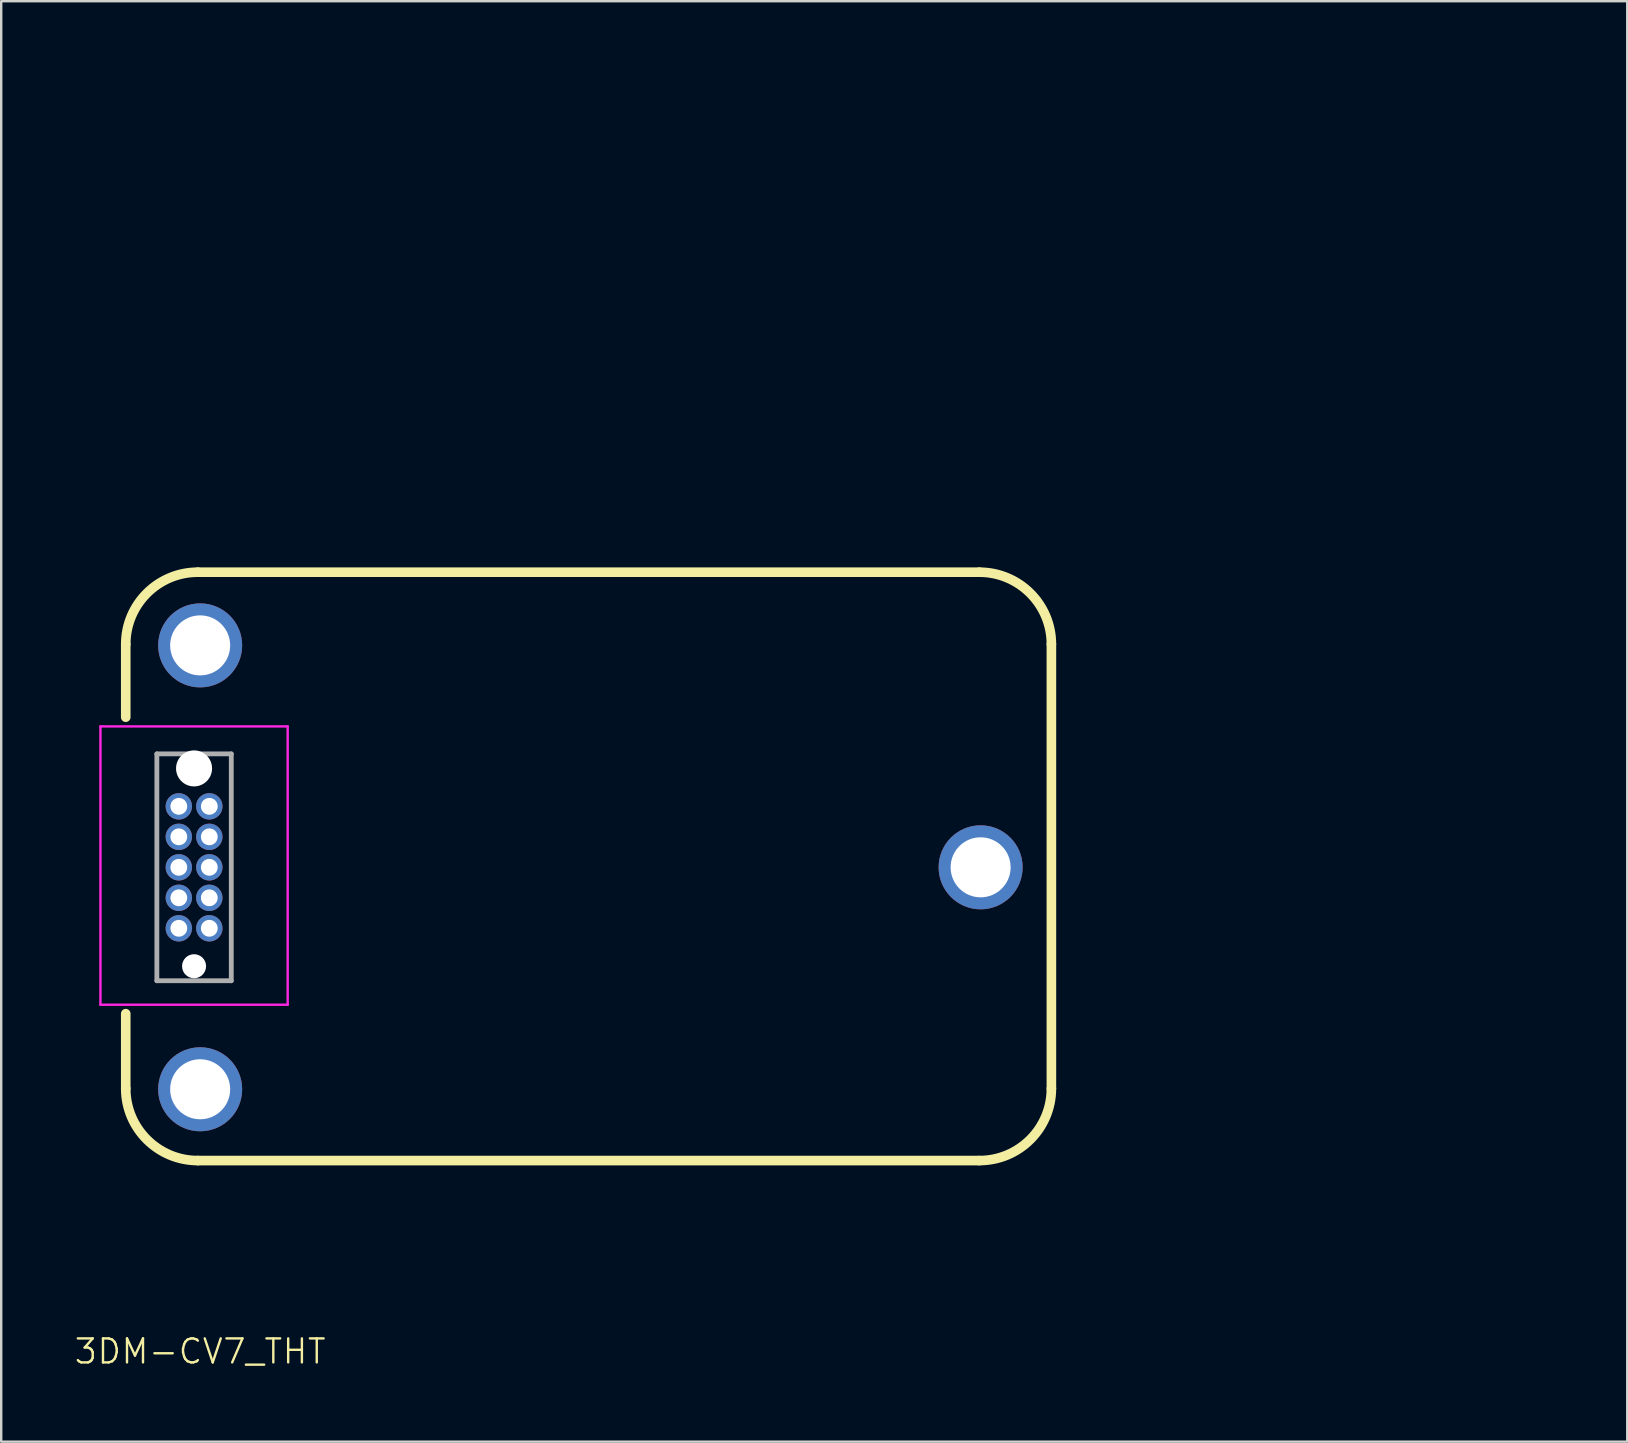
<source format=kicad_pcb>
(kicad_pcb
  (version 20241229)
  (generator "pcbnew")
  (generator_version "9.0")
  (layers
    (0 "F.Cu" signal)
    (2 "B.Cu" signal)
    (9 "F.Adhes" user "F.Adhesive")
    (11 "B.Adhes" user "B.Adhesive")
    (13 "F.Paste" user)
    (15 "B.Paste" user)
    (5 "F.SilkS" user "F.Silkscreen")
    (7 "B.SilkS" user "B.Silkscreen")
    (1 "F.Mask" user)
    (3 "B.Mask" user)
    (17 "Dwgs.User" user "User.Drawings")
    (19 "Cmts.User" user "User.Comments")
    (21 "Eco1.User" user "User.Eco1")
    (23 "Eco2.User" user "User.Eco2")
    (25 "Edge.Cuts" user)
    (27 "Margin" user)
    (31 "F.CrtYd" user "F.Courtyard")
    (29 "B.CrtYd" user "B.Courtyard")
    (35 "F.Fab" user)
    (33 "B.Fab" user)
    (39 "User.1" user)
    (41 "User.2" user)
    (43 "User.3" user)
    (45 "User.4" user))
  (footprint "3DM-CV7_THT"
    (layer "F.Cu")
    (at 5.288 42.326)
    (property "Reference" "3DM-CV7_THT" (at 0 10.92 0) (unlocked yes) (layer "F.SilkS") (effects (font (size 1 1) (thickness 0.1))))
    (fp_line (start -3.1 -18.54) (end -3.1 -15.5) (stroke (width 0.4) (type default)) (layer "F.SilkS"))
    (fp_line (start -3.1 -0.03) (end -3.1 -3.15) (stroke (width 0.4) (type default)) (layer "F.SilkS"))
    (fp_line (start -1.804 -13.971) (end -1.054 -13.971) (stroke (width 0.1) (type solid)) (layer "F.SilkS"))
    (fp_line (start -1.804 -12.446) (end -1.804 -13.971) (stroke (width 0.1) (type solid)) (layer "F.SilkS"))
    (fp_line (start -1.804 -4.521) (end -1.804 -6.046) (stroke (width 0.1) (type solid)) (layer "F.SilkS"))
    (fp_line (start -0.854 -4.521) (end -1.804 -4.521) (stroke (width 0.1) (type solid)) (layer "F.SilkS"))
    (fp_line (start -0.1 -21.54) (end 32.46 -21.54) (stroke (width 0.4) (type default)) (layer "F.SilkS"))
    (fp_line (start 0.346 -4.521) (end 1.296 -4.521) (stroke (width 0.1) (type solid)) (layer "F.SilkS"))
    (fp_line (start 1.296 -13.971) (end 0.381 -13.971) (stroke (width 0.1) (type solid)) (layer "F.SilkS"))
    (fp_line (start 1.296 -12.446) (end 1.296 -13.971) (stroke (width 0.1) (type solid)) (layer "F.SilkS"))
    (fp_line (start 1.296 -4.521) (end 1.296 -6.046) (stroke (width 0.1) (type solid)) (layer "F.SilkS"))
    (fp_line (start 32.46 2.97) (end -0.1 2.97) (stroke (width 0.4) (type default)) (layer "F.SilkS"))
    (fp_line (start 35.46 -18.54) (end 35.46 -0.03) (stroke (width 0.4) (type default)) (layer "F.SilkS"))
    (fp_arc (start -3.1 -18.54) (mid -2.22132 -20.66132) (end -0.1 -21.54) (stroke (width 0.4) (type default)) (layer "F.SilkS"))
    (fp_arc (start -0.1 2.97) (mid -2.22132 2.09132) (end -3.1 -0.03) (stroke (width 0.4) (type default)) (layer "F.SilkS"))
    (fp_arc (start 32.46 -21.54) (mid 34.58132 -20.66132) (end 35.46 -18.54) (stroke (width 0.4) (type default)) (layer "F.SilkS"))
    (fp_arc (start 35.46 -0.03) (mid 34.58132 2.09132) (end 32.46 2.97) (stroke (width 0.4) (type default)) (layer "F.SilkS"))
    (fp_line (start -4.154 -15.116) (end 3.646 -15.116) (stroke (width 0.1) (type solid)) (layer "F.CrtYd"))
    (fp_line (start -4.154 -3.521) (end -4.154 -15.116) (stroke (width 0.1) (type solid)) (layer "F.CrtYd"))
    (fp_line (start 3.646 -15.116) (end 3.646 -3.521) (stroke (width 0.1) (type solid)) (layer "F.CrtYd"))
    (fp_line (start 3.646 -3.521) (end -4.154 -3.521) (stroke (width 0.1) (type solid)) (layer "F.CrtYd"))
    (fp_line (start -1.804 -13.971) (end 1.296 -13.971) (stroke (width 0.2) (type solid)) (layer "F.Fab"))
    (fp_line (start -1.804 -4.521) (end -1.804 -13.971) (stroke (width 0.2) (type solid)) (layer "F.Fab"))
    (fp_line (start 1.296 -13.971) (end 1.296 -4.521) (stroke (width 0.2) (type solid)) (layer "F.Fab"))
    (fp_line (start 1.296 -4.521) (end -1.804 -4.521) (stroke (width 0.2) (type solid)) (layer "F.Fab"))
    (fp_circle (center 0 -18.491) (end 1.25 -18.491) (stroke (width 0.1) (type default)) (fill no) (layer "User.1"))
    (fp_circle (center 0 0) (end 1.25 0) (stroke (width 0.1) (type default)) (fill no) (layer "User.1"))
    (fp_circle (center 32.512 -9.246) (end 33.762 -9.246) (stroke (width 0.1) (type default)) (fill no) (layer "User.1"))
    (fp_circle (center 30.988 -16.866) (end 56.388 -16.866) (stroke (width 0.12) (type default)) (fill no) (layer "User.2"))
    (pad "" np_thru_hole circle (at -0.254 -13.366 90) (size 1.5 1.5) (drill 1.5) (layers "*.Cu" "*.Mask"))
    (pad "" np_thru_hole circle (at -0.254 -5.126 90) (size 1 1) (drill 1) (layers "*.Cu" "*.Mask"))
    (pad "" thru_hole circle (at 0 -18.491) (size 3.5 3.5) (drill 2.5) (layers "*.Cu" "*.Mask"))
    (pad "" thru_hole circle (at 0 0) (size 3.5 3.5) (drill 2.5) (layers "*.Cu" "*.Mask"))
    (pad "" thru_hole circle (at 32.512 -9.246) (size 3.5 3.5) (drill 2.5) (layers "*.Cu" "*.Mask"))
    (pad "1" thru_hole circle (at -0.889 -6.706 90) (size 1.1 1.1) (drill 0.7) (layers "*.Cu" "*.Mask"))
    (pad "2" thru_hole circle (at 0.381 -6.706 90) (size 1.1 1.1) (drill 0.7) (layers "*.Cu" "*.Mask"))
    (pad "3" thru_hole circle (at -0.889 -7.976 90) (size 1.1 1.1) (drill 0.7) (layers "*.Cu" "*.Mask"))
    (pad "4" thru_hole circle (at 0.381 -7.976 90) (size 1.1 1.1) (drill 0.7) (layers "*.Cu" "*.Mask"))
    (pad "5" thru_hole circle (at -0.889 -9.246 90) (size 1.1 1.1) (drill 0.7) (layers "*.Cu" "*.Mask"))
    (pad "6" thru_hole circle (at 0.381 -9.246 90) (size 1.1 1.1) (drill 0.7) (layers "*.Cu" "*.Mask"))
    (pad "7" thru_hole circle (at -0.889 -10.516 90) (size 1.1 1.1) (drill 0.7) (layers "*.Cu" "*.Mask"))
    (pad "8" thru_hole circle (at 0.381 -10.516 90) (size 1.1 1.1) (drill 0.7) (layers "*.Cu" "*.Mask"))
    (pad "9" thru_hole circle (at -0.889 -11.786 90) (size 1.1 1.1) (drill 0.7) (layers "*.Cu" "*.Mask"))
    (pad "10" thru_hole circle (at 0.381 -11.786 90) (size 1.1 1.1) (drill 0.7) (layers "*.Cu" "*.Mask"))
    (zone (net_name "") (layers "F.Cu" "B.Cu" "User.1") (hatch edge 0.5) (connect_pads) (min_thickness 0.25) (filled_areas_thickness no) (keepout (tracks not_allowed) (vias not_allowed) (pads not_allowed) (copperpour not_allowed) (footprints not_allowed)) (placement (enabled no)) (fill) (polygon (pts (xy 61.676 25.46) (xy 61.656 24.45) (xy 61.596 23.442) (xy 61.496 22.437) (xy 61.355 21.437) (xy 61.176 20.443) (xy 60.956 19.457) (xy 60.698 18.48) (xy 60.402 17.515) (xy 60.067 16.562) (xy 59.694 15.623) (xy 59.284 14.7) (xy 58.838 13.794) (xy 58.357 12.906) (xy 57.84 12.038) (xy 57.29 11.191) (xy 56.706 10.367) (xy 56.09 9.567) (xy 55.442 8.792) (xy 54.764 8.043) (xy 54.057 7.322) (xy 53.322 6.629) (xy 52.56 5.966) (xy 51.772 5.334) (xy 50.96 4.734) (xy 50.124 4.167) (xy 49.267 3.633) (xy 48.389 3.134) (xy 47.491 2.67) (xy 46.576 2.242) (xy 45.645 1.851) (xy 44.699 1.497) (xy 43.74 1.181) (xy 42.769 0.904) (xy 41.787 0.665) (xy 40.797 0.466) (xy 39.8 0.306) (xy 38.797 0.185) (xy 37.79 0.105) (xy 36.781 0.065) (xy 35.771 0.065) (xy 34.762 0.105) (xy 33.755 0.185) (xy 32.752 0.306) (xy 31.755 0.466) (xy 30.765 0.665) (xy 29.783 0.904) (xy 28.812 1.181) (xy 27.853 1.497) (xy 26.907 1.851) (xy 25.976 2.242) (xy 25.061 2.67) (xy 24.164 3.134) (xy 23.286 3.633) (xy 22.428 4.167) (xy 21.593 4.734) (xy 20.78 5.334) (xy 19.992 5.966) (xy 19.23 6.629) (xy 18.495 7.322) (xy 17.788 8.043) (xy 17.11 8.792) (xy 16.463 9.567) (xy 15.846 10.367) (xy 15.263 11.191) (xy 14.712 12.038) (xy 14.195 12.906) (xy 13.714 13.794) (xy 13.268 14.7) (xy 12.858 15.623) (xy 12.486 16.562) (xy 12.151 17.515) (xy 11.854 18.48) (xy 11.596 19.457) (xy 11.377 20.443) (xy 11.197 21.437) (xy 11.057 22.437) (xy 10.956 23.442) (xy 10.896 24.45) (xy 10.876 25.46) (xy 10.896 26.47) (xy 10.956 27.478) (xy 11.057 28.483) (xy 11.197 29.483) (xy 11.377 30.477) (xy 11.596 31.463) (xy 11.854 32.44) (xy 12.151 33.405) (xy 12.486 34.358) (xy 12.858 35.297) (xy 13.268 36.22) (xy 13.714 37.126) (xy 14.195 38.014) (xy 14.712 38.882) (xy 15.263 39.729) (xy 15.846 40.553) (xy 16.463 41.353) (xy 17.11 42.128) (xy 17.788 42.877) (xy 18.495 43.598) (xy 19.23 44.291) (xy 19.992 44.954) (xy 20.78 45.586) (xy 21.593 46.186) (xy 22.428 46.753) (xy 23.286 47.287) (xy 24.164 47.786) (xy 25.061 48.25) (xy 25.976 48.678) (xy 26.907 49.069) (xy 27.853 49.423) (xy 28.812 49.739) (xy 29.783 50.016) (xy 30.765 50.255) (xy 31.755 50.454) (xy 32.752 50.614) (xy 33.755 50.735) (xy 34.762 50.815) (xy 35.771 50.855) (xy 36.781 50.855) (xy 37.79 50.815) (xy 38.797 50.735) (xy 39.8 50.614) (xy 40.797 50.454) (xy 41.787 50.255) (xy 42.769 50.016) (xy 43.74 49.739) (xy 44.699 49.423) (xy 45.645 49.069) (xy 46.576 48.678) (xy 47.491 48.25) (xy 48.389 47.786) (xy 49.267 47.287) (xy 50.124 46.753) (xy 50.96 46.186) (xy 51.772 45.586) (xy 52.56 44.954) (xy 53.322 44.291) (xy 54.057 43.598) (xy 54.764 42.877) (xy 55.442 42.128) (xy 56.09 41.353) (xy 56.706 40.553) (xy 57.29 39.729) (xy 57.84 38.882) (xy 58.357 38.014) (xy 58.838 37.126) (xy 59.284 36.22) (xy 59.694 35.297) (xy 60.067 34.358) (xy 60.402 33.405) (xy 60.698 32.44) (xy 60.956 31.463) (xy 61.176 30.477) (xy 61.355 29.483) (xy 61.496 28.483) (xy 61.596 27.478) (xy 61.656 26.47)))))
  (gr_rect
    (start -3 -3)
    (end 64.736 57.006)
    (stroke (width 0.1) (type default))
    (fill no)
    (layer "Edge.Cuts")))
</source>
